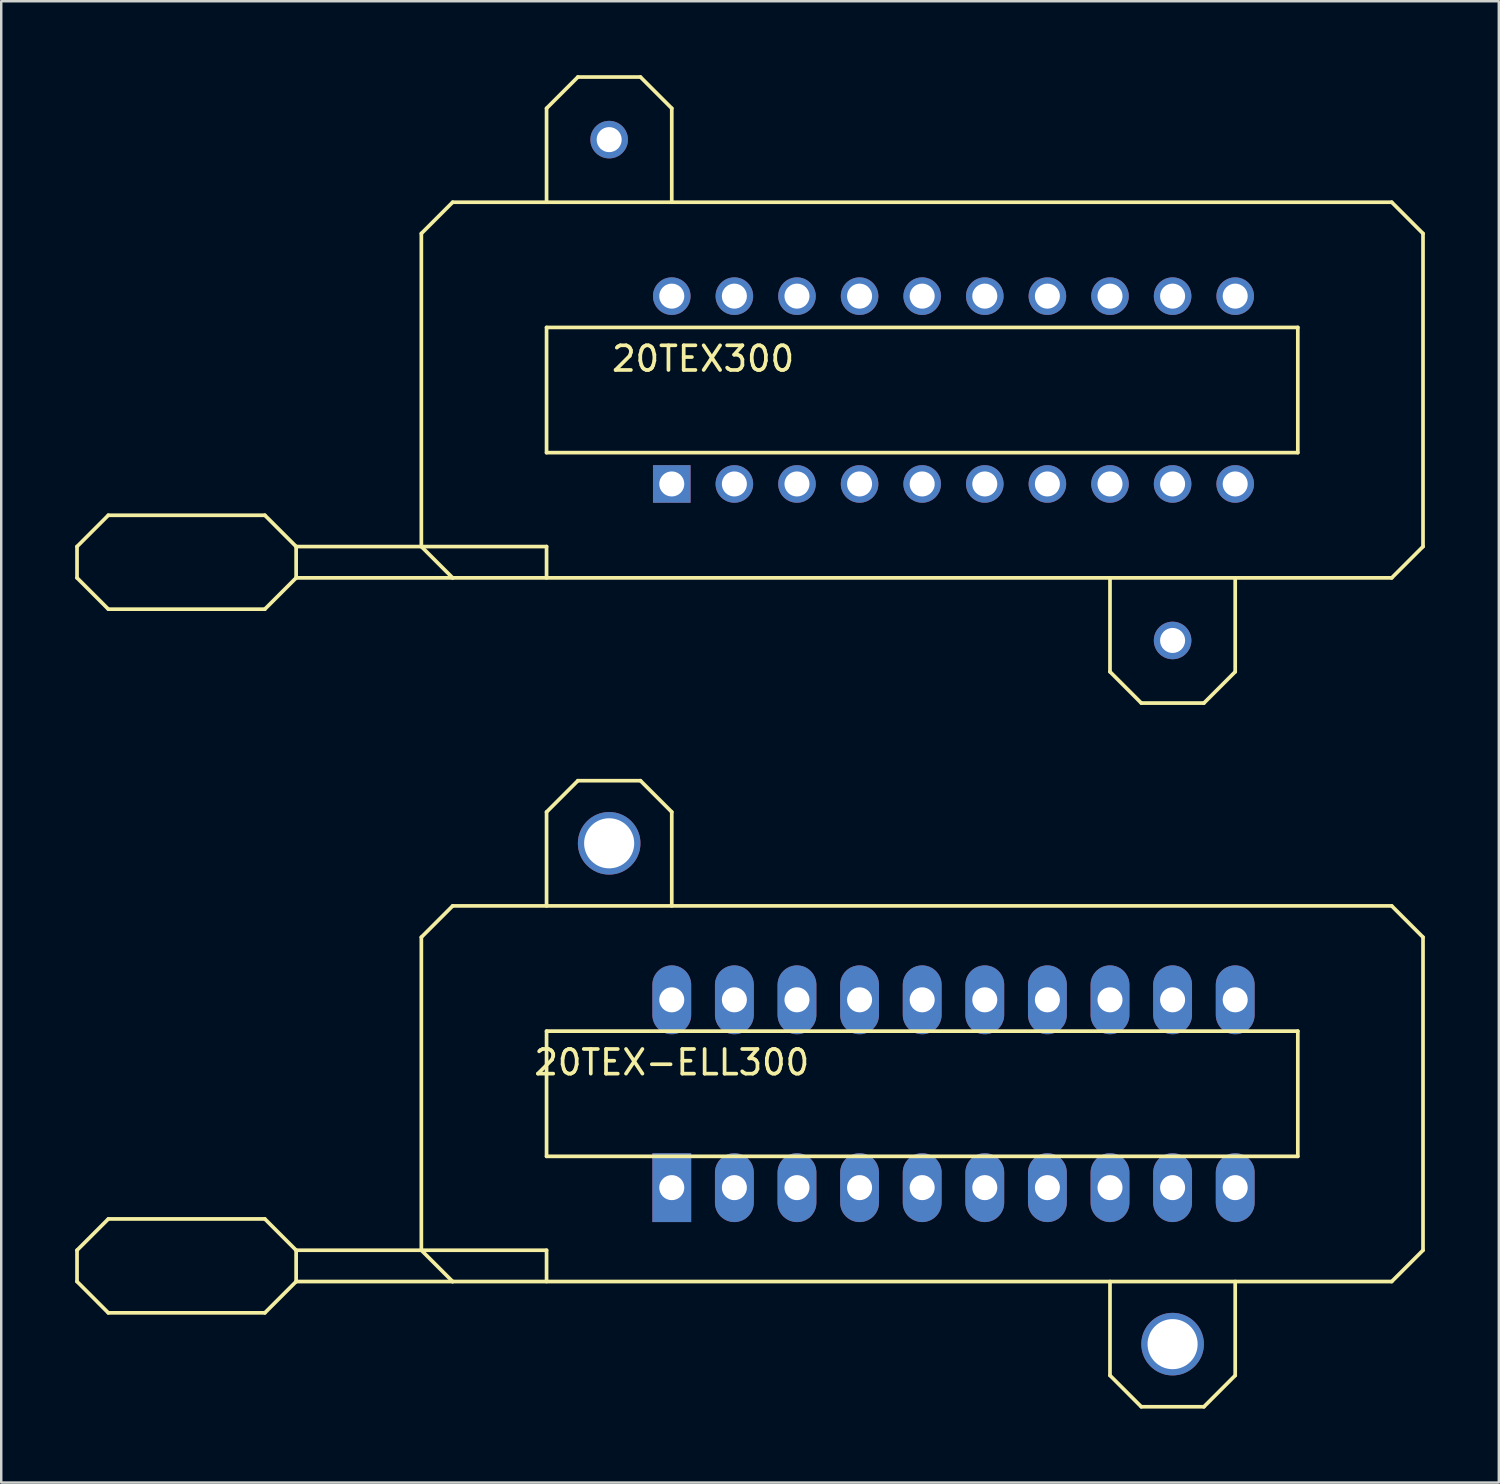
<source format=kicad_pcb>
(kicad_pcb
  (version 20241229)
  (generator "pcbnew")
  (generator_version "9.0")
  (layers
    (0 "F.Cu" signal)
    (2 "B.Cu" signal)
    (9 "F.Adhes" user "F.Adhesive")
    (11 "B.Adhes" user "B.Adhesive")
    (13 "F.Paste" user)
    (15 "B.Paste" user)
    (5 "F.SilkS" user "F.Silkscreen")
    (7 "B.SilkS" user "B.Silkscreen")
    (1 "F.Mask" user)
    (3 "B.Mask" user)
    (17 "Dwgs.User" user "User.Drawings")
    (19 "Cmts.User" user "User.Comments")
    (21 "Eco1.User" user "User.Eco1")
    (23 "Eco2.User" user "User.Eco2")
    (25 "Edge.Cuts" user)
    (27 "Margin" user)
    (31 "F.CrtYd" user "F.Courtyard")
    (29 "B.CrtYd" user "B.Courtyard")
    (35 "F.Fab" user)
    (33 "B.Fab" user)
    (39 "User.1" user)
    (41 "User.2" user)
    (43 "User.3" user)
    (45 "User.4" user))
  (footprint "20TEX-ELL300"
    (layer "F.Cu")
    (at 35.635 41.325)
    (property "Reference" "20TEX-ELL300" (at -11.43 -1.27 180) (layer "F.SilkS") (effects (font (size 1 1) (thickness 0.15))))
    (attr through_hole)
    (fp_line (start -35.56 6.35) (end -35.56 7.62) (stroke (width 0.15) (type solid)) (layer "F.SilkS"))
    (fp_line (start -35.56 7.62) (end -34.29 8.89) (stroke (width 0.15) (type solid)) (layer "F.SilkS"))
    (fp_line (start -34.29 5.08) (end -35.56 6.35) (stroke (width 0.15) (type solid)) (layer "F.SilkS"))
    (fp_line (start -34.29 8.89) (end -27.94 8.89) (stroke (width 0.15) (type solid)) (layer "F.SilkS"))
    (fp_line (start -27.94 5.08) (end -34.29 5.08) (stroke (width 0.15) (type solid)) (layer "F.SilkS"))
    (fp_line (start -27.94 8.89) (end -26.67 7.62) (stroke (width 0.15) (type solid)) (layer "F.SilkS"))
    (fp_line (start -26.67 6.35) (end -27.94 5.08) (stroke (width 0.15) (type solid)) (layer "F.SilkS"))
    (fp_line (start -26.67 6.35) (end -16.51 6.35) (stroke (width 0.15) (type solid)) (layer "F.SilkS"))
    (fp_line (start -26.67 7.62) (end -26.67 6.35) (stroke (width 0.15) (type solid)) (layer "F.SilkS"))
    (fp_line (start -26.67 7.62) (end -20.32 7.62) (stroke (width 0.15) (type solid)) (layer "F.SilkS"))
    (fp_line (start -21.59 -6.35) (end -20.32 -7.62) (stroke (width 0.15) (type solid)) (layer "F.SilkS"))
    (fp_line (start -21.59 6.35) (end -21.59 -6.35) (stroke (width 0.15) (type solid)) (layer "F.SilkS"))
    (fp_line (start -20.32 -7.62) (end 17.78 -7.62) (stroke (width 0.15) (type solid)) (layer "F.SilkS"))
    (fp_line (start -20.32 7.62) (end -21.59 6.35) (stroke (width 0.15) (type solid)) (layer "F.SilkS"))
    (fp_line (start -16.51 -11.43) (end -16.51 -7.62) (stroke (width 0.15) (type solid)) (layer "F.SilkS"))
    (fp_line (start -16.51 -2.54) (end -16.51 2.54) (stroke (width 0.15) (type solid)) (layer "F.SilkS"))
    (fp_line (start -16.51 2.54) (end 13.97 2.54) (stroke (width 0.15) (type solid)) (layer "F.SilkS"))
    (fp_line (start -16.51 6.35) (end -16.51 7.62) (stroke (width 0.15) (type solid)) (layer "F.SilkS"))
    (fp_line (start -15.24 -12.7) (end -16.51 -11.43) (stroke (width 0.15) (type solid)) (layer "F.SilkS"))
    (fp_line (start -12.7 -12.7) (end -15.24 -12.7) (stroke (width 0.15) (type solid)) (layer "F.SilkS"))
    (fp_line (start -11.43 -11.43) (end -12.7 -12.7) (stroke (width 0.15) (type solid)) (layer "F.SilkS"))
    (fp_line (start -11.43 -7.62) (end -11.43 -11.43) (stroke (width 0.15) (type solid)) (layer "F.SilkS"))
    (fp_line (start 6.35 11.43) (end 6.35 7.62) (stroke (width 0.15) (type solid)) (layer "F.SilkS"))
    (fp_line (start 7.62 12.7) (end 6.35 11.43) (stroke (width 0.15) (type solid)) (layer "F.SilkS"))
    (fp_line (start 10.16 12.7) (end 7.62 12.7) (stroke (width 0.15) (type solid)) (layer "F.SilkS"))
    (fp_line (start 11.43 11.43) (end 10.16 12.7) (stroke (width 0.15) (type solid)) (layer "F.SilkS"))
    (fp_line (start 11.43 11.43) (end 11.43 7.62) (stroke (width 0.15) (type solid)) (layer "F.SilkS"))
    (fp_line (start 13.97 -2.54) (end -16.51 -2.54) (stroke (width 0.15) (type solid)) (layer "F.SilkS"))
    (fp_line (start 13.97 2.54) (end 13.97 -2.54) (stroke (width 0.15) (type solid)) (layer "F.SilkS"))
    (fp_line (start 17.78 -7.62) (end 19.05 -6.35) (stroke (width 0.15) (type solid)) (layer "F.SilkS"))
    (fp_line (start 17.78 7.62) (end -20.32 7.62) (stroke (width 0.15) (type solid)) (layer "F.SilkS"))
    (fp_line (start 19.05 -6.35) (end 19.05 6.35) (stroke (width 0.15) (type solid)) (layer "F.SilkS"))
    (fp_line (start 19.05 6.35) (end 17.78 7.62) (stroke (width 0.15) (type solid)) (layer "F.SilkS"))
    (pad "1" thru_hole rect (at -11.43 3.81) (size 1.575 2.794) (drill 1.016) (layers "*.Cu" "*.Mask"))
    (pad "2" thru_hole oval (at -8.89 3.81) (size 1.575 2.794) (drill 1.016) (layers "*.Cu" "*.Mask"))
    (pad "3" thru_hole oval (at -6.35 3.81) (size 1.575 2.794) (drill 1.016) (layers "*.Cu" "*.Mask"))
    (pad "4" thru_hole oval (at -3.81 3.81) (size 1.575 2.794) (drill 1.016) (layers "*.Cu" "*.Mask"))
    (pad "5" thru_hole oval (at -1.27 3.81) (size 1.575 2.794) (drill 1.016) (layers "*.Cu" "*.Mask"))
    (pad "6" thru_hole oval (at 1.27 3.81) (size 1.575 2.794) (drill 1.016) (layers "*.Cu" "*.Mask"))
    (pad "7" thru_hole oval (at 3.81 3.81) (size 1.575 2.794) (drill 1.016) (layers "*.Cu" "*.Mask"))
    (pad "8" thru_hole oval (at 6.35 3.81) (size 1.575 2.794) (drill 1.016) (layers "*.Cu" "*.Mask"))
    (pad "9" thru_hole oval (at 8.89 3.81) (size 1.575 2.794) (drill 1.016) (layers "*.Cu" "*.Mask"))
    (pad "10" thru_hole oval (at 11.43 3.81) (size 1.575 2.794) (drill 1.016) (layers "*.Cu" "*.Mask"))
    (pad "11" thru_hole oval (at 11.43 -3.81) (size 1.575 2.794) (drill 1.016) (layers "*.Cu" "*.Mask"))
    (pad "12" thru_hole oval (at 8.89 -3.81) (size 1.575 2.794) (drill 1.016) (layers "*.Cu" "*.Mask"))
    (pad "13" thru_hole oval (at 6.35 -3.81) (size 1.575 2.794) (drill 1.016) (layers "*.Cu" "*.Mask"))
    (pad "14" thru_hole oval (at 3.81 -3.81) (size 1.575 2.794) (drill 1.016) (layers "*.Cu" "*.Mask"))
    (pad "15" thru_hole oval (at 1.27 -3.81) (size 1.575 2.794) (drill 1.016) (layers "*.Cu" "*.Mask"))
    (pad "16" thru_hole oval (at -1.27 -3.81) (size 1.575 2.794) (drill 1.016) (layers "*.Cu" "*.Mask"))
    (pad "17" thru_hole oval (at -3.81 -3.81) (size 1.575 2.794) (drill 1.016) (layers "*.Cu" "*.Mask"))
    (pad "18" thru_hole oval (at -6.35 -3.81) (size 1.575 2.794) (drill 1.016) (layers "*.Cu" "*.Mask"))
    (pad "19" thru_hole oval (at -8.89 -3.81) (size 1.575 2.794) (drill 1.016) (layers "*.Cu" "*.Mask"))
    (pad "20" thru_hole oval (at -11.43 -3.81) (size 1.575 2.794) (drill 1.016) (layers "*.Cu" "*.Mask"))
    (pad "HOLE" thru_hole circle (at -13.97 -10.16) (size 2.54 2.54) (drill 2.032) (layers "*.Cu" "*.Mask"))
    (pad "HOLE" thru_hole circle (at 8.89 10.16) (size 2.54 2.54) (drill 2.032) (layers "*.Cu" "*.Mask")))
  (footprint "20TEX300"
    (layer "F.Cu")
    (at 35.635 12.775)
    (property "Reference" "20TEX300" (at -10.16 -1.27 180) (layer "F.SilkS") (effects (font (size 1 1) (thickness 0.15))))
    (attr through_hole)
    (fp_line (start -35.56 6.35) (end -35.56 7.62) (stroke (width 0.15) (type solid)) (layer "F.SilkS"))
    (fp_line (start -35.56 7.62) (end -34.29 8.89) (stroke (width 0.15) (type solid)) (layer "F.SilkS"))
    (fp_line (start -34.29 5.08) (end -35.56 6.35) (stroke (width 0.15) (type solid)) (layer "F.SilkS"))
    (fp_line (start -34.29 8.89) (end -27.94 8.89) (stroke (width 0.15) (type solid)) (layer "F.SilkS"))
    (fp_line (start -27.94 5.08) (end -34.29 5.08) (stroke (width 0.15) (type solid)) (layer "F.SilkS"))
    (fp_line (start -27.94 8.89) (end -26.67 7.62) (stroke (width 0.15) (type solid)) (layer "F.SilkS"))
    (fp_line (start -26.67 6.35) (end -27.94 5.08) (stroke (width 0.15) (type solid)) (layer "F.SilkS"))
    (fp_line (start -26.67 6.35) (end -16.51 6.35) (stroke (width 0.15) (type solid)) (layer "F.SilkS"))
    (fp_line (start -26.67 7.62) (end -26.67 6.35) (stroke (width 0.15) (type solid)) (layer "F.SilkS"))
    (fp_line (start -26.67 7.62) (end -20.32 7.62) (stroke (width 0.15) (type solid)) (layer "F.SilkS"))
    (fp_line (start -21.59 -6.35) (end -20.32 -7.62) (stroke (width 0.15) (type solid)) (layer "F.SilkS"))
    (fp_line (start -21.59 6.35) (end -21.59 -6.35) (stroke (width 0.15) (type solid)) (layer "F.SilkS"))
    (fp_line (start -20.32 -7.62) (end 17.78 -7.62) (stroke (width 0.15) (type solid)) (layer "F.SilkS"))
    (fp_line (start -20.32 7.62) (end -21.59 6.35) (stroke (width 0.15) (type solid)) (layer "F.SilkS"))
    (fp_line (start -16.51 -11.43) (end -16.51 -7.62) (stroke (width 0.15) (type solid)) (layer "F.SilkS"))
    (fp_line (start -16.51 -2.54) (end -16.51 2.54) (stroke (width 0.15) (type solid)) (layer "F.SilkS"))
    (fp_line (start -16.51 2.54) (end 13.97 2.54) (stroke (width 0.15) (type solid)) (layer "F.SilkS"))
    (fp_line (start -16.51 6.35) (end -16.51 7.62) (stroke (width 0.15) (type solid)) (layer "F.SilkS"))
    (fp_line (start -15.24 -12.7) (end -16.51 -11.43) (stroke (width 0.15) (type solid)) (layer "F.SilkS"))
    (fp_line (start -12.7 -12.7) (end -15.24 -12.7) (stroke (width 0.15) (type solid)) (layer "F.SilkS"))
    (fp_line (start -11.43 -11.43) (end -12.7 -12.7) (stroke (width 0.15) (type solid)) (layer "F.SilkS"))
    (fp_line (start -11.43 -7.62) (end -11.43 -11.43) (stroke (width 0.15) (type solid)) (layer "F.SilkS"))
    (fp_line (start 6.35 11.43) (end 6.35 7.62) (stroke (width 0.15) (type solid)) (layer "F.SilkS"))
    (fp_line (start 7.62 12.7) (end 6.35 11.43) (stroke (width 0.15) (type solid)) (layer "F.SilkS"))
    (fp_line (start 10.16 12.7) (end 7.62 12.7) (stroke (width 0.15) (type solid)) (layer "F.SilkS"))
    (fp_line (start 11.43 11.43) (end 10.16 12.7) (stroke (width 0.15) (type solid)) (layer "F.SilkS"))
    (fp_line (start 11.43 11.43) (end 11.43 7.62) (stroke (width 0.15) (type solid)) (layer "F.SilkS"))
    (fp_line (start 13.97 -2.54) (end -16.51 -2.54) (stroke (width 0.15) (type solid)) (layer "F.SilkS"))
    (fp_line (start 13.97 2.54) (end 13.97 -2.54) (stroke (width 0.15) (type solid)) (layer "F.SilkS"))
    (fp_line (start 17.78 -7.62) (end 19.05 -6.35) (stroke (width 0.15) (type solid)) (layer "F.SilkS"))
    (fp_line (start 17.78 7.62) (end -20.32 7.62) (stroke (width 0.15) (type solid)) (layer "F.SilkS"))
    (fp_line (start 19.05 -6.35) (end 19.05 6.35) (stroke (width 0.15) (type solid)) (layer "F.SilkS"))
    (fp_line (start 19.05 6.35) (end 17.78 7.62) (stroke (width 0.15) (type solid)) (layer "F.SilkS"))
    (pad "1" thru_hole rect (at -11.43 3.81) (size 1.524 1.524) (drill 1.016) (layers "*.Cu" "*.Mask"))
    (pad "2" thru_hole circle (at -8.89 3.81) (size 1.524 1.524) (drill 1.016) (layers "*.Cu" "*.Mask"))
    (pad "3" thru_hole circle (at -6.35 3.81) (size 1.524 1.524) (drill 1.016) (layers "*.Cu" "*.Mask"))
    (pad "4" thru_hole circle (at -3.81 3.81) (size 1.524 1.524) (drill 1.016) (layers "*.Cu" "*.Mask"))
    (pad "5" thru_hole circle (at -1.27 3.81) (size 1.524 1.524) (drill 1.016) (layers "*.Cu" "*.Mask"))
    (pad "6" thru_hole circle (at 1.27 3.81) (size 1.524 1.524) (drill 1.016) (layers "*.Cu" "*.Mask"))
    (pad "7" thru_hole circle (at 3.81 3.81) (size 1.524 1.524) (drill 1.016) (layers "*.Cu" "*.Mask"))
    (pad "8" thru_hole circle (at 6.35 3.81) (size 1.524 1.524) (drill 1.016) (layers "*.Cu" "*.Mask"))
    (pad "9" thru_hole circle (at 8.89 3.81) (size 1.524 1.524) (drill 1.016) (layers "*.Cu" "*.Mask"))
    (pad "10" thru_hole circle (at 11.43 3.81) (size 1.524 1.524) (drill 1.016) (layers "*.Cu" "*.Mask"))
    (pad "11" thru_hole circle (at 11.43 -3.81) (size 1.524 1.524) (drill 1.016) (layers "*.Cu" "*.Mask"))
    (pad "12" thru_hole circle (at 8.89 -3.81) (size 1.524 1.524) (drill 1.016) (layers "*.Cu" "*.Mask"))
    (pad "13" thru_hole circle (at 6.35 -3.81) (size 1.524 1.524) (drill 1.016) (layers "*.Cu" "*.Mask"))
    (pad "14" thru_hole circle (at 3.81 -3.81) (size 1.524 1.524) (drill 1.016) (layers "*.Cu" "*.Mask"))
    (pad "15" thru_hole circle (at 1.27 -3.81) (size 1.524 1.524) (drill 1.016) (layers "*.Cu" "*.Mask"))
    (pad "16" thru_hole circle (at -1.27 -3.81) (size 1.524 1.524) (drill 1.016) (layers "*.Cu" "*.Mask"))
    (pad "17" thru_hole circle (at -3.81 -3.81) (size 1.524 1.524) (drill 1.016) (layers "*.Cu" "*.Mask"))
    (pad "18" thru_hole circle (at -6.35 -3.81) (size 1.524 1.524) (drill 1.016) (layers "*.Cu" "*.Mask"))
    (pad "19" thru_hole circle (at -8.89 -3.81) (size 1.524 1.524) (drill 1.016) (layers "*.Cu" "*.Mask"))
    (pad "20" thru_hole circle (at -11.43 -3.81) (size 1.524 1.524) (drill 1.016) (layers "*.Cu" "*.Mask"))
    (pad "HOLE" thru_hole circle (at -13.97 -10.16) (size 1.524 1.524) (drill 1.016) (layers "*.Cu" "*.Mask"))
    (pad "HOLE" thru_hole circle (at 8.89 10.16) (size 1.524 1.524) (drill 1.016) (layers "*.Cu" "*.Mask")))
  (gr_rect
    (start -3 -3)
    (end 57.76 57.1)
    (stroke (width 0.1) (type default))
    (fill no)
    (layer "Edge.Cuts")))
</source>
